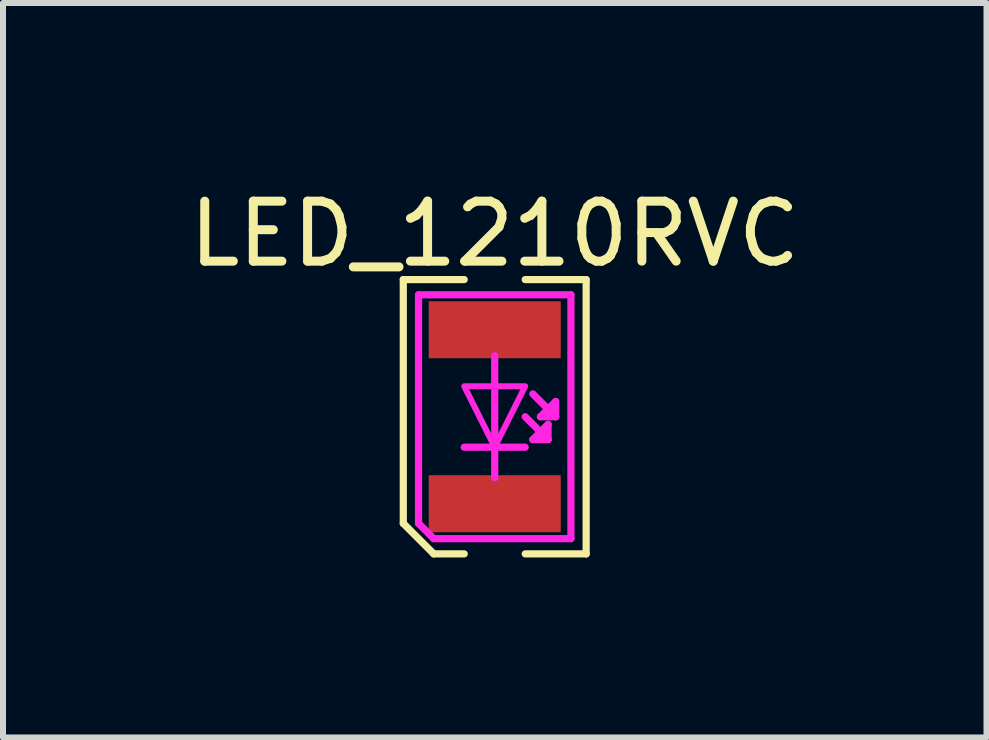
<source format=kicad_pcb>
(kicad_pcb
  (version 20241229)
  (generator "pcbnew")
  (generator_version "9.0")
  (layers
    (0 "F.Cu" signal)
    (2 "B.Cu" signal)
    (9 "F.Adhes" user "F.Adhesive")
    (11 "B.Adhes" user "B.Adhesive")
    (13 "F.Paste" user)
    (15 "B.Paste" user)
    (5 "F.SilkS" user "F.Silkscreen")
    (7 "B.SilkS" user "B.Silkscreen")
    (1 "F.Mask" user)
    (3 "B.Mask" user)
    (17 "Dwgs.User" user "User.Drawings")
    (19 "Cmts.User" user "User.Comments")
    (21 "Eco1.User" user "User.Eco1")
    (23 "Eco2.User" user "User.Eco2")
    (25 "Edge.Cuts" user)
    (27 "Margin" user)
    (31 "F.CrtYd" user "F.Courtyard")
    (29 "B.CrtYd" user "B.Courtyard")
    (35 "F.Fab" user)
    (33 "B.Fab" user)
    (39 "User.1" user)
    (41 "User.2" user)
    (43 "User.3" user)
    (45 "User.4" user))
  (footprint "LED_1210RVC"
    (layer "F.Cu")
    (at 5.196 3.896)
    (property "Reference" "LED_1210RVC" (at 0 -3.048 0) (layer "F.SilkS") (effects (font (size 1 1) (thickness 0.15))))
    (attr through_hole)
    (fp_line (start -1.524 -2.286) (end -0.508 -2.286) (stroke (width 0.12) (type solid)) (layer "F.SilkS"))
    (fp_line (start -1.524 1.778) (end -1.524 -2.286) (stroke (width 0.12) (type solid)) (layer "F.SilkS"))
    (fp_line (start -1.524 1.778) (end -1.016 2.286) (stroke (width 0.12) (type solid)) (layer "F.SilkS"))
    (fp_line (start -1.016 2.286) (end -0.508 2.286) (stroke (width 0.12) (type solid)) (layer "F.SilkS"))
    (fp_line (start 1.524 -2.286) (end 0.508 -2.286) (stroke (width 0.12) (type solid)) (layer "F.SilkS"))
    (fp_line (start 1.524 -2.286) (end 1.524 2.286) (stroke (width 0.12) (type solid)) (layer "F.SilkS"))
    (fp_line (start 1.524 2.286) (end 0.508 2.286) (stroke (width 0.12) (type solid)) (layer "F.SilkS"))
    (fp_line (start -1.27 -2.032) (end 1.27 -2.032) (stroke (width 0.12) (type solid)) (layer "F.CrtYd"))
    (fp_line (start -1.27 1.778) (end -1.27 -2.032) (stroke (width 0.12) (type solid)) (layer "F.CrtYd"))
    (fp_line (start -1.016 2.032) (end -1.27 1.778) (stroke (width 0.12) (type solid)) (layer "F.CrtYd"))
    (fp_line (start -0.508 0.508) (end 0.508 0.508) (stroke (width 0.12) (type solid)) (layer "F.CrtYd"))
    (fp_line (start 0 -1.016) (end 0 1.016) (stroke (width 0.12) (type solid)) (layer "F.CrtYd"))
    (fp_line (start 0.508 0) (end 0.762 0.254) (stroke (width 0.12) (type solid)) (layer "F.CrtYd"))
    (fp_line (start 0.635 -0.381) (end 0.889 -0.127) (stroke (width 0.12) (type solid)) (layer "F.CrtYd"))
    (fp_line (start 0.635 0.381) (end 0.889 0.381) (stroke (width 0.12) (type solid)) (layer "F.CrtYd"))
    (fp_line (start 0.762 0) (end 1.016 0) (stroke (width 0.12) (type solid)) (layer "F.CrtYd"))
    (fp_line (start 0.762 0.254) (end 0.635 0.381) (stroke (width 0.12) (type solid)) (layer "F.CrtYd"))
    (fp_line (start 0.762 0.254) (end 0.889 0.381) (stroke (width 0.12) (type solid)) (layer "F.CrtYd"))
    (fp_line (start 0.889 -0.127) (end 0.762 0) (stroke (width 0.12) (type solid)) (layer "F.CrtYd"))
    (fp_line (start 0.889 -0.127) (end 1.016 0) (stroke (width 0.12) (type solid)) (layer "F.CrtYd"))
    (fp_line (start 0.889 0.127) (end 0.762 0.254) (stroke (width 0.12) (type solid)) (layer "F.CrtYd"))
    (fp_line (start 0.889 0.381) (end 0.889 0.127) (stroke (width 0.12) (type solid)) (layer "F.CrtYd"))
    (fp_line (start 1.016 -0.254) (end 0.889 -0.127) (stroke (width 0.12) (type solid)) (layer "F.CrtYd"))
    (fp_line (start 1.016 0) (end 1.016 -0.254) (stroke (width 0.12) (type solid)) (layer "F.CrtYd"))
    (fp_line (start 1.27 -2.032) (end 1.27 2.032) (stroke (width 0.12) (type solid)) (layer "F.CrtYd"))
    (fp_line (start 1.27 2.032) (end -1.016 2.032) (stroke (width 0.12) (type solid)) (layer "F.CrtYd"))
    (fp_poly (pts (xy 0 0.508) (xy -0.508 -0.508) (xy 0.508 -0.508)) (stroke (width 0.1) (type solid)) (fill no) (layer "F.CrtYd"))
    (pad "1" smd rect (at 0 1.45) (size 2.2 0.95) (layers "F.Cu" "F.Mask" "F.Paste"))
    (pad "2" smd rect (at 0 -1.45) (size 2.2 0.95) (layers "F.Cu" "F.Mask" "F.Paste")))
  (gr_rect
    (start -3 -3)
    (end 13.393 9.242)
    (stroke (width 0.1) (type default))
    (fill no)
    (layer "Edge.Cuts")))
</source>
